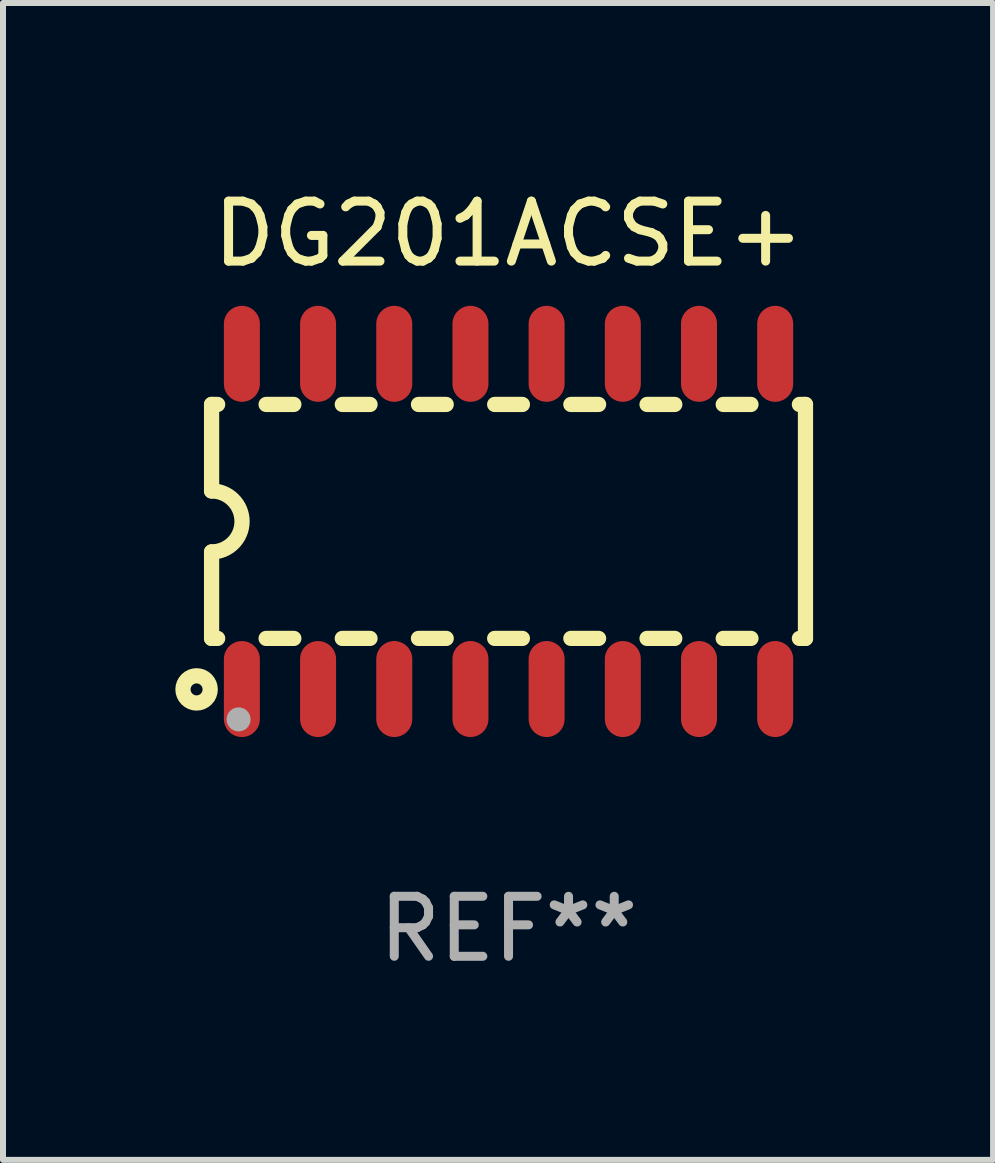
<source format=kicad_pcb>
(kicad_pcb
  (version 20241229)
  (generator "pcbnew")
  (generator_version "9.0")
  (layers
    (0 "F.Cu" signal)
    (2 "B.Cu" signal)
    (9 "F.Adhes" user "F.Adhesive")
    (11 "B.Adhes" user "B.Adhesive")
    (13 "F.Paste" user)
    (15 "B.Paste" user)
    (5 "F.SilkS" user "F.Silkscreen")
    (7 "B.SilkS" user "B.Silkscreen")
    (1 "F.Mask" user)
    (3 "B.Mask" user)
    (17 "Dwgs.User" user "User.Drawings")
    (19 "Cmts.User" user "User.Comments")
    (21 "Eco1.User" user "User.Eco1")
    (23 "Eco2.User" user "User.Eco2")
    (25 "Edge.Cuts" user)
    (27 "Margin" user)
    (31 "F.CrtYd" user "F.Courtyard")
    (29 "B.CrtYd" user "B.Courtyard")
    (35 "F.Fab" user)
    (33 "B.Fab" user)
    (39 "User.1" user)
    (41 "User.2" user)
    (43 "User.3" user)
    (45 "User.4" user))
  (footprint "DG201ACSE+"
    (layer "F.Cu")
    (at 5.427 5.642)
    (property "Reference" "DG201ACSE+" (at 0 -4.794 0) (layer "F.SilkS") (effects (font (size 1 1) (thickness 0.15))))
    (attr through_hole)
    (fp_line (start -4.95 -1.95) (end -4.95 -0.508) (stroke (width 0.254) (type solid)) (layer "F.SilkS"))
    (fp_line (start -4.95 -1.95) (end -4.849 -1.95) (stroke (width 0.254) (type solid)) (layer "F.SilkS"))
    (fp_line (start -4.95 1.95) (end -4.95 0.508) (stroke (width 0.254) (type solid)) (layer "F.SilkS"))
    (fp_line (start -4.95 1.95) (end -4.849 1.95) (stroke (width 0.254) (type solid)) (layer "F.SilkS"))
    (fp_line (start -4.041 -1.95) (end -3.579 -1.95) (stroke (width 0.254) (type solid)) (layer "F.SilkS"))
    (fp_line (start -4.041 1.95) (end -3.579 1.95) (stroke (width 0.254) (type solid)) (layer "F.SilkS"))
    (fp_line (start -2.771 -1.95) (end -2.309 -1.95) (stroke (width 0.254) (type solid)) (layer "F.SilkS"))
    (fp_line (start -2.771 1.95) (end -2.309 1.95) (stroke (width 0.254) (type solid)) (layer "F.SilkS"))
    (fp_line (start -1.501 -1.95) (end -1.039 -1.95) (stroke (width 0.254) (type solid)) (layer "F.SilkS"))
    (fp_line (start -1.501 1.95) (end -1.039 1.95) (stroke (width 0.254) (type solid)) (layer "F.SilkS"))
    (fp_line (start -0.231 -1.95) (end 0.231 -1.95) (stroke (width 0.254) (type solid)) (layer "F.SilkS"))
    (fp_line (start -0.231 1.95) (end 0.231 1.95) (stroke (width 0.254) (type solid)) (layer "F.SilkS"))
    (fp_line (start 1.039 -1.95) (end 1.501 -1.95) (stroke (width 0.254) (type solid)) (layer "F.SilkS"))
    (fp_line (start 1.039 1.95) (end 1.501 1.95) (stroke (width 0.254) (type solid)) (layer "F.SilkS"))
    (fp_line (start 2.309 -1.95) (end 2.771 -1.95) (stroke (width 0.254) (type solid)) (layer "F.SilkS"))
    (fp_line (start 2.309 1.95) (end 2.771 1.95) (stroke (width 0.254) (type solid)) (layer "F.SilkS"))
    (fp_line (start 3.579 -1.95) (end 4.041 -1.95) (stroke (width 0.254) (type solid)) (layer "F.SilkS"))
    (fp_line (start 3.579 1.95) (end 4.041 1.95) (stroke (width 0.254) (type solid)) (layer "F.SilkS"))
    (fp_line (start 4.849 -1.95) (end 4.95 -1.95) (stroke (width 0.254) (type solid)) (layer "F.SilkS"))
    (fp_line (start 4.849 1.95) (end 4.95 1.95) (stroke (width 0.254) (type solid)) (layer "F.SilkS"))
    (fp_line (start 4.95 -1.95) (end 4.95 1.95) (stroke (width 0.254) (type solid)) (layer "F.SilkS"))
    (fp_arc (start -4.95047 -0.508001) (mid -4.442469 -0.000228) (end -4.950013 0.508001) (stroke (width 0.254001) (type solid)) (layer "F.SilkS"))
    (fp_circle (center -5.2 2.8) (end -5.1 2.8) (stroke (width 0.254) (type solid)) (fill no) (layer "F.SilkS"))
    (fp_circle (center -4.95 2.947) (end -4.92 2.947) (stroke (width 0.06) (type solid)) (fill no) (layer "F.SilkS"))
    (fp_circle (center -4.5 3.3) (end -4.4 3.3) (stroke (width 0.2) (type solid)) (fill no) (layer "F.Fab"))
    (fp_text user "REF**" (at 0 6.794 0) (layer "F.Fab") (effects (font (size 1 1) (thickness 0.15))))
    (pad "1" smd oval (at -4.445 2.794) (size 0.6 1.6) (layers "F.Cu" "F.Mask" "F.Paste"))
    (pad "2" smd oval (at -3.175 2.794) (size 0.6 1.6) (layers "F.Cu" "F.Mask" "F.Paste"))
    (pad "3" smd oval (at -1.905 2.794) (size 0.6 1.6) (layers "F.Cu" "F.Mask" "F.Paste"))
    (pad "4" smd oval (at -0.635 2.794) (size 0.6 1.6) (layers "F.Cu" "F.Mask" "F.Paste"))
    (pad "5" smd oval (at 0.635 2.794) (size 0.6 1.6) (layers "F.Cu" "F.Mask" "F.Paste"))
    (pad "6" smd oval (at 1.905 2.794) (size 0.6 1.6) (layers "F.Cu" "F.Mask" "F.Paste"))
    (pad "7" smd oval (at 3.175 2.794) (size 0.6 1.6) (layers "F.Cu" "F.Mask" "F.Paste"))
    (pad "8" smd oval (at 4.445 2.794) (size 0.6 1.6) (layers "F.Cu" "F.Mask" "F.Paste"))
    (pad "9" smd oval (at 4.445 -2.794) (size 0.6 1.6) (layers "F.Cu" "F.Mask" "F.Paste"))
    (pad "10" smd oval (at 3.175 -2.794) (size 0.6 1.6) (layers "F.Cu" "F.Mask" "F.Paste"))
    (pad "11" smd oval (at 1.905 -2.794) (size 0.6 1.6) (layers "F.Cu" "F.Mask" "F.Paste"))
    (pad "12" smd oval (at 0.635 -2.794) (size 0.6 1.6) (layers "F.Cu" "F.Mask" "F.Paste"))
    (pad "13" smd oval (at -0.635 -2.794) (size 0.6 1.6) (layers "F.Cu" "F.Mask" "F.Paste"))
    (pad "14" smd oval (at -1.905 -2.794) (size 0.6 1.6) (layers "F.Cu" "F.Mask" "F.Paste"))
    (pad "15" smd oval (at -3.175 -2.794) (size 0.6 1.6) (layers "F.Cu" "F.Mask" "F.Paste"))
    (pad "16" smd oval (at -4.445 -2.794) (size 0.6 1.6) (layers "F.Cu" "F.Mask" "F.Paste")))
  (gr_rect
    (start -3 -3)
    (end 13.504 16.285)
    (stroke (width 0.1) (type default))
    (fill no)
    (layer "Edge.Cuts")))
</source>
